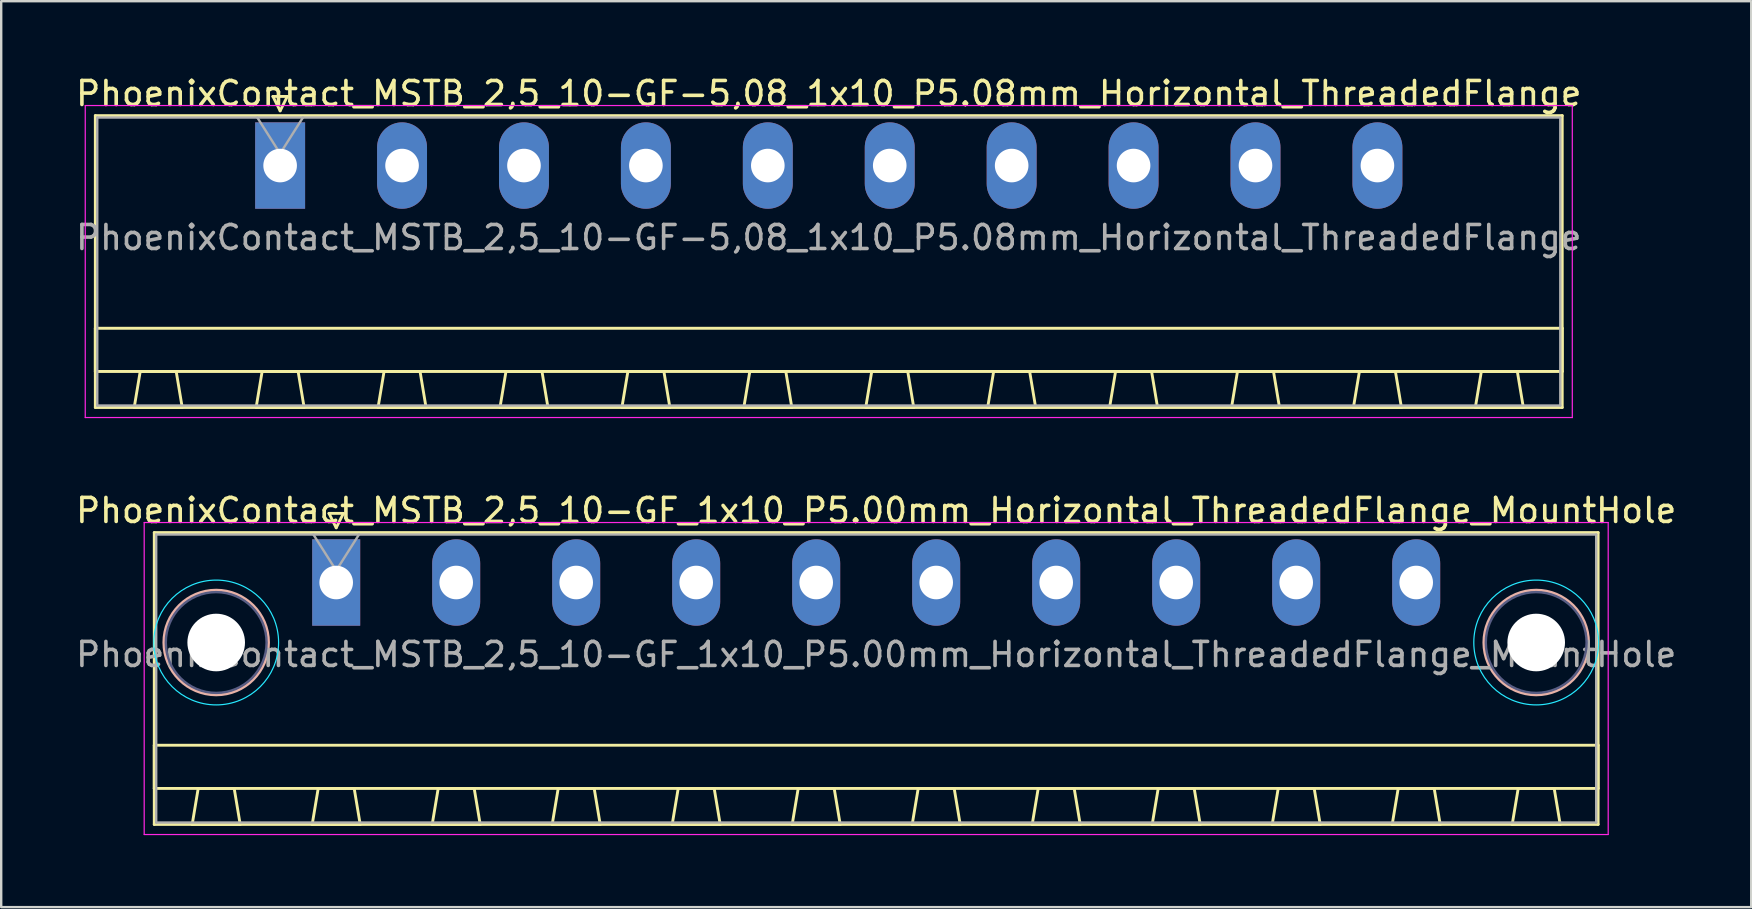
<source format=kicad_pcb>
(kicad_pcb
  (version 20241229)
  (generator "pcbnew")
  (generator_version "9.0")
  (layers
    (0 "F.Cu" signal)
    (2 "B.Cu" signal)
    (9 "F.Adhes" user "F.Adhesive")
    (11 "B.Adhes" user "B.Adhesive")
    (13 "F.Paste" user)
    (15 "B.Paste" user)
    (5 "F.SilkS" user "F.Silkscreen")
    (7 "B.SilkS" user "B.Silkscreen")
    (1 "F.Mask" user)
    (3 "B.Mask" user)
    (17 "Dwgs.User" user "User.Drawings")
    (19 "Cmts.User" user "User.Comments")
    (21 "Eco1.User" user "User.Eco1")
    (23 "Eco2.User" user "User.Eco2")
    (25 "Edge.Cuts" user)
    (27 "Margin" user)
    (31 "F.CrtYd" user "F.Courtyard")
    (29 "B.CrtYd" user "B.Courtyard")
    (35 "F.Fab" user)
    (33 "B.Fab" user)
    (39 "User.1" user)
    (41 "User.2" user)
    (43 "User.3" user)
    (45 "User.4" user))
  (footprint "PhoenixContact_MSTB_2,5_10-GF_1x10_P5.00mm_Horizontal_ThreadedFlange_MountHole"
    (layer "F.Cu")
    (at 10.958 21.221)
    (property "Reference" "PhoenixContact_MSTB_2,5_10-GF_1x10_P5.00mm_Horizontal_ThreadedFlange_MountHole" (at 22.5 -3 0) (layer "F.SilkS") (effects (font (size 1 1) (thickness 0.15))))
    (attr through_hole)
    (fp_line (start -7.58 -2.08) (end -7.58 10.08) (stroke (width 0.12) (type solid)) (layer "F.SilkS"))
    (fp_line (start -7.58 6.78) (end 52.58 6.78) (stroke (width 0.12) (type solid)) (layer "F.SilkS"))
    (fp_line (start -7.58 8.58) (end -7.58 6.78) (stroke (width 0.12) (type solid)) (layer "F.SilkS"))
    (fp_line (start -7.58 10.08) (end 52.58 10.08) (stroke (width 0.12) (type solid)) (layer "F.SilkS"))
    (fp_line (start -6 10.08) (end -4 10.08) (stroke (width 0.12) (type solid)) (layer "F.SilkS"))
    (fp_line (start -5.75 8.58) (end -6 10.08) (stroke (width 0.12) (type solid)) (layer "F.SilkS"))
    (fp_line (start -4.25 8.58) (end -5.75 8.58) (stroke (width 0.12) (type solid)) (layer "F.SilkS"))
    (fp_line (start -4 10.08) (end -4.25 8.58) (stroke (width 0.12) (type solid)) (layer "F.SilkS"))
    (fp_line (start -1 10.08) (end 1 10.08) (stroke (width 0.12) (type solid)) (layer "F.SilkS"))
    (fp_line (start -0.75 8.58) (end -1 10.08) (stroke (width 0.12) (type solid)) (layer "F.SilkS"))
    (fp_line (start -0.3 -2.88) (end 0.3 -2.88) (stroke (width 0.12) (type solid)) (layer "F.SilkS"))
    (fp_line (start 0 -2.28) (end -0.3 -2.88) (stroke (width 0.12) (type solid)) (layer "F.SilkS"))
    (fp_line (start 0.3 -2.88) (end 0 -2.28) (stroke (width 0.12) (type solid)) (layer "F.SilkS"))
    (fp_line (start 0.75 8.58) (end -0.75 8.58) (stroke (width 0.12) (type solid)) (layer "F.SilkS"))
    (fp_line (start 1 10.08) (end 0.75 8.58) (stroke (width 0.12) (type solid)) (layer "F.SilkS"))
    (fp_line (start 4 10.08) (end 6 10.08) (stroke (width 0.12) (type solid)) (layer "F.SilkS"))
    (fp_line (start 4.25 8.58) (end 4 10.08) (stroke (width 0.12) (type solid)) (layer "F.SilkS"))
    (fp_line (start 5.75 8.58) (end 4.25 8.58) (stroke (width 0.12) (type solid)) (layer "F.SilkS"))
    (fp_line (start 6 10.08) (end 5.75 8.58) (stroke (width 0.12) (type solid)) (layer "F.SilkS"))
    (fp_line (start 9 10.08) (end 11 10.08) (stroke (width 0.12) (type solid)) (layer "F.SilkS"))
    (fp_line (start 9.25 8.58) (end 9 10.08) (stroke (width 0.12) (type solid)) (layer "F.SilkS"))
    (fp_line (start 10.75 8.58) (end 9.25 8.58) (stroke (width 0.12) (type solid)) (layer "F.SilkS"))
    (fp_line (start 11 10.08) (end 10.75 8.58) (stroke (width 0.12) (type solid)) (layer "F.SilkS"))
    (fp_line (start 14 10.08) (end 16 10.08) (stroke (width 0.12) (type solid)) (layer "F.SilkS"))
    (fp_line (start 14.25 8.58) (end 14 10.08) (stroke (width 0.12) (type solid)) (layer "F.SilkS"))
    (fp_line (start 15.75 8.58) (end 14.25 8.58) (stroke (width 0.12) (type solid)) (layer "F.SilkS"))
    (fp_line (start 16 10.08) (end 15.75 8.58) (stroke (width 0.12) (type solid)) (layer "F.SilkS"))
    (fp_line (start 19 10.08) (end 21 10.08) (stroke (width 0.12) (type solid)) (layer "F.SilkS"))
    (fp_line (start 19.25 8.58) (end 19 10.08) (stroke (width 0.12) (type solid)) (layer "F.SilkS"))
    (fp_line (start 20.75 8.58) (end 19.25 8.58) (stroke (width 0.12) (type solid)) (layer "F.SilkS"))
    (fp_line (start 21 10.08) (end 20.75 8.58) (stroke (width 0.12) (type solid)) (layer "F.SilkS"))
    (fp_line (start 24 10.08) (end 26 10.08) (stroke (width 0.12) (type solid)) (layer "F.SilkS"))
    (fp_line (start 24.25 8.58) (end 24 10.08) (stroke (width 0.12) (type solid)) (layer "F.SilkS"))
    (fp_line (start 25.75 8.58) (end 24.25 8.58) (stroke (width 0.12) (type solid)) (layer "F.SilkS"))
    (fp_line (start 26 10.08) (end 25.75 8.58) (stroke (width 0.12) (type solid)) (layer "F.SilkS"))
    (fp_line (start 29 10.08) (end 31 10.08) (stroke (width 0.12) (type solid)) (layer "F.SilkS"))
    (fp_line (start 29.25 8.58) (end 29 10.08) (stroke (width 0.12) (type solid)) (layer "F.SilkS"))
    (fp_line (start 30.75 8.58) (end 29.25 8.58) (stroke (width 0.12) (type solid)) (layer "F.SilkS"))
    (fp_line (start 31 10.08) (end 30.75 8.58) (stroke (width 0.12) (type solid)) (layer "F.SilkS"))
    (fp_line (start 34 10.08) (end 36 10.08) (stroke (width 0.12) (type solid)) (layer "F.SilkS"))
    (fp_line (start 34.25 8.58) (end 34 10.08) (stroke (width 0.12) (type solid)) (layer "F.SilkS"))
    (fp_line (start 35.75 8.58) (end 34.25 8.58) (stroke (width 0.12) (type solid)) (layer "F.SilkS"))
    (fp_line (start 36 10.08) (end 35.75 8.58) (stroke (width 0.12) (type solid)) (layer "F.SilkS"))
    (fp_line (start 39 10.08) (end 41 10.08) (stroke (width 0.12) (type solid)) (layer "F.SilkS"))
    (fp_line (start 39.25 8.58) (end 39 10.08) (stroke (width 0.12) (type solid)) (layer "F.SilkS"))
    (fp_line (start 40.75 8.58) (end 39.25 8.58) (stroke (width 0.12) (type solid)) (layer "F.SilkS"))
    (fp_line (start 41 10.08) (end 40.75 8.58) (stroke (width 0.12) (type solid)) (layer "F.SilkS"))
    (fp_line (start 44 10.08) (end 46 10.08) (stroke (width 0.12) (type solid)) (layer "F.SilkS"))
    (fp_line (start 44.25 8.58) (end 44 10.08) (stroke (width 0.12) (type solid)) (layer "F.SilkS"))
    (fp_line (start 45.75 8.58) (end 44.25 8.58) (stroke (width 0.12) (type solid)) (layer "F.SilkS"))
    (fp_line (start 46 10.08) (end 45.75 8.58) (stroke (width 0.12) (type solid)) (layer "F.SilkS"))
    (fp_line (start 49 10.08) (end 51 10.08) (stroke (width 0.12) (type solid)) (layer "F.SilkS"))
    (fp_line (start 49.25 8.58) (end 49 10.08) (stroke (width 0.12) (type solid)) (layer "F.SilkS"))
    (fp_line (start 50.75 8.58) (end 49.25 8.58) (stroke (width 0.12) (type solid)) (layer "F.SilkS"))
    (fp_line (start 51 10.08) (end 50.75 8.58) (stroke (width 0.12) (type solid)) (layer "F.SilkS"))
    (fp_line (start 52.58 -2.08) (end -7.58 -2.08) (stroke (width 0.12) (type solid)) (layer "F.SilkS"))
    (fp_line (start 52.58 6.78) (end 52.58 8.58) (stroke (width 0.12) (type solid)) (layer "F.SilkS"))
    (fp_line (start 52.58 8.58) (end -7.58 8.58) (stroke (width 0.12) (type solid)) (layer "F.SilkS"))
    (fp_line (start 52.58 10.08) (end 52.58 -2.08) (stroke (width 0.12) (type solid)) (layer "F.SilkS"))
    (fp_circle (center -5 2.5) (end -2.82 2.5) (stroke (width 0.12) (type solid)) (fill no) (layer "B.SilkS"))
    (fp_circle (center 50 2.5) (end 52.18 2.5) (stroke (width 0.12) (type solid)) (fill no) (layer "B.SilkS"))
    (fp_circle (center -5 2.5) (end -2.4 2.5) (stroke (width 0.05) (type solid)) (fill no) (layer "B.CrtYd"))
    (fp_circle (center 50 2.5) (end 52.6 2.5) (stroke (width 0.05) (type solid)) (fill no) (layer "B.CrtYd"))
    (fp_line (start -8 -2.5) (end -8 10.5) (stroke (width 0.05) (type solid)) (layer "F.CrtYd"))
    (fp_line (start -8 10.5) (end 53 10.5) (stroke (width 0.05) (type solid)) (layer "F.CrtYd"))
    (fp_line (start 53 -2.5) (end -8 -2.5) (stroke (width 0.05) (type solid)) (layer "F.CrtYd"))
    (fp_line (start 53 10.5) (end 53 -2.5) (stroke (width 0.05) (type solid)) (layer "F.CrtYd"))
    (fp_circle (center -5 2.5) (end -2.9 2.5) (stroke (width 0.1) (type solid)) (fill no) (layer "B.Fab"))
    (fp_circle (center 50 2.5) (end 52.1 2.5) (stroke (width 0.1) (type solid)) (fill no) (layer "B.Fab"))
    (fp_line (start -7.5 -2) (end -7.5 10) (stroke (width 0.1) (type solid)) (layer "F.Fab"))
    (fp_line (start -7.5 10) (end 52.5 10) (stroke (width 0.1) (type solid)) (layer "F.Fab"))
    (fp_line (start 0 -0.5) (end -0.95 -2) (stroke (width 0.1) (type solid)) (layer "F.Fab"))
    (fp_line (start 0.95 -2) (end 0 -0.5) (stroke (width 0.1) (type solid)) (layer "F.Fab"))
    (fp_line (start 52.5 -2) (end -7.5 -2) (stroke (width 0.1) (type solid)) (layer "F.Fab"))
    (fp_line (start 52.5 10) (end 52.5 -2) (stroke (width 0.1) (type solid)) (layer "F.Fab"))
    (fp_text user "${REFERENCE}" (at 22.5 3 0) (layer "F.Fab") (effects (font (size 1 1) (thickness 0.15))))
    (pad "" np_thru_hole circle (at -5 2.5) (size 2.4 2.4) (drill 2.4) (layers "*.Cu" "*.Mask"))
    (pad "" np_thru_hole circle (at 50 2.5) (size 2.4 2.4) (drill 2.4) (layers "*.Cu" "*.Mask"))
    (pad "1" thru_hole rect (at 0 0) (size 2 3.6) (drill 1.4) (layers "*.Cu" "*.Mask"))
    (pad "2" thru_hole oval (at 5 0) (size 2 3.6) (drill 1.4) (layers "*.Cu" "*.Mask"))
    (pad "3" thru_hole oval (at 10 0) (size 2 3.6) (drill 1.4) (layers "*.Cu" "*.Mask"))
    (pad "4" thru_hole oval (at 15 0) (size 2 3.6) (drill 1.4) (layers "*.Cu" "*.Mask"))
    (pad "5" thru_hole oval (at 20 0) (size 2 3.6) (drill 1.4) (layers "*.Cu" "*.Mask"))
    (pad "6" thru_hole oval (at 25 0) (size 2 3.6) (drill 1.4) (layers "*.Cu" "*.Mask"))
    (pad "7" thru_hole oval (at 30 0) (size 2 3.6) (drill 1.4) (layers "*.Cu" "*.Mask"))
    (pad "8" thru_hole oval (at 35 0) (size 2 3.6) (drill 1.4) (layers "*.Cu" "*.Mask"))
    (pad "9" thru_hole oval (at 40 0) (size 2 3.6) (drill 1.4) (layers "*.Cu" "*.Mask"))
    (pad "10" thru_hole oval (at 45 0) (size 2 3.6) (drill 1.4) (layers "*.Cu" "*.Mask")))
  (footprint "PhoenixContact_MSTB_2,5_10-GF-5,08_1x10_P5.08mm_Horizontal_ThreadedFlange"
    (layer "F.Cu")
    (at 8.622 3.848)
    (property "Reference" "PhoenixContact_MSTB_2,5_10-GF-5,08_1x10_P5.08mm_Horizontal_ThreadedFlange" (at 22.86 -3 0) (layer "F.SilkS") (effects (font (size 1 1) (thickness 0.15))))
    (attr through_hole)
    (fp_line (start -7.7 -2.08) (end -7.7 10.08) (stroke (width 0.12) (type solid)) (layer "F.SilkS"))
    (fp_line (start -7.7 6.78) (end 53.42 6.78) (stroke (width 0.12) (type solid)) (layer "F.SilkS"))
    (fp_line (start -7.7 8.58) (end -7.7 6.78) (stroke (width 0.12) (type solid)) (layer "F.SilkS"))
    (fp_line (start -7.7 10.08) (end 53.42 10.08) (stroke (width 0.12) (type solid)) (layer "F.SilkS"))
    (fp_line (start -6.08 10.08) (end -4.08 10.08) (stroke (width 0.12) (type solid)) (layer "F.SilkS"))
    (fp_line (start -5.83 8.58) (end -6.08 10.08) (stroke (width 0.12) (type solid)) (layer "F.SilkS"))
    (fp_line (start -4.33 8.58) (end -5.83 8.58) (stroke (width 0.12) (type solid)) (layer "F.SilkS"))
    (fp_line (start -4.08 10.08) (end -4.33 8.58) (stroke (width 0.12) (type solid)) (layer "F.SilkS"))
    (fp_line (start -1 10.08) (end 1 10.08) (stroke (width 0.12) (type solid)) (layer "F.SilkS"))
    (fp_line (start -0.75 8.58) (end -1 10.08) (stroke (width 0.12) (type solid)) (layer "F.SilkS"))
    (fp_line (start -0.3 -2.88) (end 0.3 -2.88) (stroke (width 0.12) (type solid)) (layer "F.SilkS"))
    (fp_line (start 0 -2.28) (end -0.3 -2.88) (stroke (width 0.12) (type solid)) (layer "F.SilkS"))
    (fp_line (start 0.3 -2.88) (end 0 -2.28) (stroke (width 0.12) (type solid)) (layer "F.SilkS"))
    (fp_line (start 0.75 8.58) (end -0.75 8.58) (stroke (width 0.12) (type solid)) (layer "F.SilkS"))
    (fp_line (start 1 10.08) (end 0.75 8.58) (stroke (width 0.12) (type solid)) (layer "F.SilkS"))
    (fp_line (start 4.08 10.08) (end 6.08 10.08) (stroke (width 0.12) (type solid)) (layer "F.SilkS"))
    (fp_line (start 4.33 8.58) (end 4.08 10.08) (stroke (width 0.12) (type solid)) (layer "F.SilkS"))
    (fp_line (start 5.83 8.58) (end 4.33 8.58) (stroke (width 0.12) (type solid)) (layer "F.SilkS"))
    (fp_line (start 6.08 10.08) (end 5.83 8.58) (stroke (width 0.12) (type solid)) (layer "F.SilkS"))
    (fp_line (start 9.16 10.08) (end 11.16 10.08) (stroke (width 0.12) (type solid)) (layer "F.SilkS"))
    (fp_line (start 9.41 8.58) (end 9.16 10.08) (stroke (width 0.12) (type solid)) (layer "F.SilkS"))
    (fp_line (start 10.91 8.58) (end 9.41 8.58) (stroke (width 0.12) (type solid)) (layer "F.SilkS"))
    (fp_line (start 11.16 10.08) (end 10.91 8.58) (stroke (width 0.12) (type solid)) (layer "F.SilkS"))
    (fp_line (start 14.24 10.08) (end 16.24 10.08) (stroke (width 0.12) (type solid)) (layer "F.SilkS"))
    (fp_line (start 14.49 8.58) (end 14.24 10.08) (stroke (width 0.12) (type solid)) (layer "F.SilkS"))
    (fp_line (start 15.99 8.58) (end 14.49 8.58) (stroke (width 0.12) (type solid)) (layer "F.SilkS"))
    (fp_line (start 16.24 10.08) (end 15.99 8.58) (stroke (width 0.12) (type solid)) (layer "F.SilkS"))
    (fp_line (start 19.32 10.08) (end 21.32 10.08) (stroke (width 0.12) (type solid)) (layer "F.SilkS"))
    (fp_line (start 19.57 8.58) (end 19.32 10.08) (stroke (width 0.12) (type solid)) (layer "F.SilkS"))
    (fp_line (start 21.07 8.58) (end 19.57 8.58) (stroke (width 0.12) (type solid)) (layer "F.SilkS"))
    (fp_line (start 21.32 10.08) (end 21.07 8.58) (stroke (width 0.12) (type solid)) (layer "F.SilkS"))
    (fp_line (start 24.4 10.08) (end 26.4 10.08) (stroke (width 0.12) (type solid)) (layer "F.SilkS"))
    (fp_line (start 24.65 8.58) (end 24.4 10.08) (stroke (width 0.12) (type solid)) (layer "F.SilkS"))
    (fp_line (start 26.15 8.58) (end 24.65 8.58) (stroke (width 0.12) (type solid)) (layer "F.SilkS"))
    (fp_line (start 26.4 10.08) (end 26.15 8.58) (stroke (width 0.12) (type solid)) (layer "F.SilkS"))
    (fp_line (start 29.48 10.08) (end 31.48 10.08) (stroke (width 0.12) (type solid)) (layer "F.SilkS"))
    (fp_line (start 29.73 8.58) (end 29.48 10.08) (stroke (width 0.12) (type solid)) (layer "F.SilkS"))
    (fp_line (start 31.23 8.58) (end 29.73 8.58) (stroke (width 0.12) (type solid)) (layer "F.SilkS"))
    (fp_line (start 31.48 10.08) (end 31.23 8.58) (stroke (width 0.12) (type solid)) (layer "F.SilkS"))
    (fp_line (start 34.56 10.08) (end 36.56 10.08) (stroke (width 0.12) (type solid)) (layer "F.SilkS"))
    (fp_line (start 34.81 8.58) (end 34.56 10.08) (stroke (width 0.12) (type solid)) (layer "F.SilkS"))
    (fp_line (start 36.31 8.58) (end 34.81 8.58) (stroke (width 0.12) (type solid)) (layer "F.SilkS"))
    (fp_line (start 36.56 10.08) (end 36.31 8.58) (stroke (width 0.12) (type solid)) (layer "F.SilkS"))
    (fp_line (start 39.64 10.08) (end 41.64 10.08) (stroke (width 0.12) (type solid)) (layer "F.SilkS"))
    (fp_line (start 39.89 8.58) (end 39.64 10.08) (stroke (width 0.12) (type solid)) (layer "F.SilkS"))
    (fp_line (start 41.39 8.58) (end 39.89 8.58) (stroke (width 0.12) (type solid)) (layer "F.SilkS"))
    (fp_line (start 41.64 10.08) (end 41.39 8.58) (stroke (width 0.12) (type solid)) (layer "F.SilkS"))
    (fp_line (start 44.72 10.08) (end 46.72 10.08) (stroke (width 0.12) (type solid)) (layer "F.SilkS"))
    (fp_line (start 44.97 8.58) (end 44.72 10.08) (stroke (width 0.12) (type solid)) (layer "F.SilkS"))
    (fp_line (start 46.47 8.58) (end 44.97 8.58) (stroke (width 0.12) (type solid)) (layer "F.SilkS"))
    (fp_line (start 46.72 10.08) (end 46.47 8.58) (stroke (width 0.12) (type solid)) (layer "F.SilkS"))
    (fp_line (start 49.8 10.08) (end 51.8 10.08) (stroke (width 0.12) (type solid)) (layer "F.SilkS"))
    (fp_line (start 50.05 8.58) (end 49.8 10.08) (stroke (width 0.12) (type solid)) (layer "F.SilkS"))
    (fp_line (start 51.55 8.58) (end 50.05 8.58) (stroke (width 0.12) (type solid)) (layer "F.SilkS"))
    (fp_line (start 51.8 10.08) (end 51.55 8.58) (stroke (width 0.12) (type solid)) (layer "F.SilkS"))
    (fp_line (start 53.42 -2.08) (end -7.7 -2.08) (stroke (width 0.12) (type solid)) (layer "F.SilkS"))
    (fp_line (start 53.42 6.78) (end 53.42 8.58) (stroke (width 0.12) (type solid)) (layer "F.SilkS"))
    (fp_line (start 53.42 8.58) (end -7.7 8.58) (stroke (width 0.12) (type solid)) (layer "F.SilkS"))
    (fp_line (start 53.42 10.08) (end 53.42 -2.08) (stroke (width 0.12) (type solid)) (layer "F.SilkS"))
    (fp_line (start -8.12 -2.5) (end -8.12 10.5) (stroke (width 0.05) (type solid)) (layer "F.CrtYd"))
    (fp_line (start -8.12 10.5) (end 53.84 10.5) (stroke (width 0.05) (type solid)) (layer "F.CrtYd"))
    (fp_line (start 53.84 -2.5) (end -8.12 -2.5) (stroke (width 0.05) (type solid)) (layer "F.CrtYd"))
    (fp_line (start 53.84 10.5) (end 53.84 -2.5) (stroke (width 0.05) (type solid)) (layer "F.CrtYd"))
    (fp_line (start -7.62 -2) (end -7.62 10) (stroke (width 0.1) (type solid)) (layer "F.Fab"))
    (fp_line (start -7.62 10) (end 53.34 10) (stroke (width 0.1) (type solid)) (layer "F.Fab"))
    (fp_line (start 0 -0.5) (end -0.95 -2) (stroke (width 0.1) (type solid)) (layer "F.Fab"))
    (fp_line (start 0.95 -2) (end 0 -0.5) (stroke (width 0.1) (type solid)) (layer "F.Fab"))
    (fp_line (start 53.34 -2) (end -7.62 -2) (stroke (width 0.1) (type solid)) (layer "F.Fab"))
    (fp_line (start 53.34 10) (end 53.34 -2) (stroke (width 0.1) (type solid)) (layer "F.Fab"))
    (fp_text user "${REFERENCE}" (at 22.86 3 0) (layer "F.Fab") (effects (font (size 1 1) (thickness 0.15))))
    (pad "1" thru_hole rect (at 0 0) (size 2.08 3.6) (drill 1.4) (layers "*.Cu" "*.Mask"))
    (pad "2" thru_hole oval (at 5.08 0) (size 2.08 3.6) (drill 1.4) (layers "*.Cu" "*.Mask"))
    (pad "3" thru_hole oval (at 10.16 0) (size 2.08 3.6) (drill 1.4) (layers "*.Cu" "*.Mask"))
    (pad "4" thru_hole oval (at 15.24 0) (size 2.08 3.6) (drill 1.4) (layers "*.Cu" "*.Mask"))
    (pad "5" thru_hole oval (at 20.32 0) (size 2.08 3.6) (drill 1.4) (layers "*.Cu" "*.Mask"))
    (pad "6" thru_hole oval (at 25.4 0) (size 2.08 3.6) (drill 1.4) (layers "*.Cu" "*.Mask"))
    (pad "7" thru_hole oval (at 30.48 0) (size 2.08 3.6) (drill 1.4) (layers "*.Cu" "*.Mask"))
    (pad "8" thru_hole oval (at 35.56 0) (size 2.08 3.6) (drill 1.4) (layers "*.Cu" "*.Mask"))
    (pad "9" thru_hole oval (at 40.64 0) (size 2.08 3.6) (drill 1.4) (layers "*.Cu" "*.Mask"))
    (pad "10" thru_hole oval (at 45.72 0) (size 2.08 3.6) (drill 1.4) (layers "*.Cu" "*.Mask")))
  (gr_rect
    (start -3 -3)
    (end 69.917 34.746)
    (stroke (width 0.1) (type default))
    (fill no)
    (layer "Edge.Cuts")))
</source>
